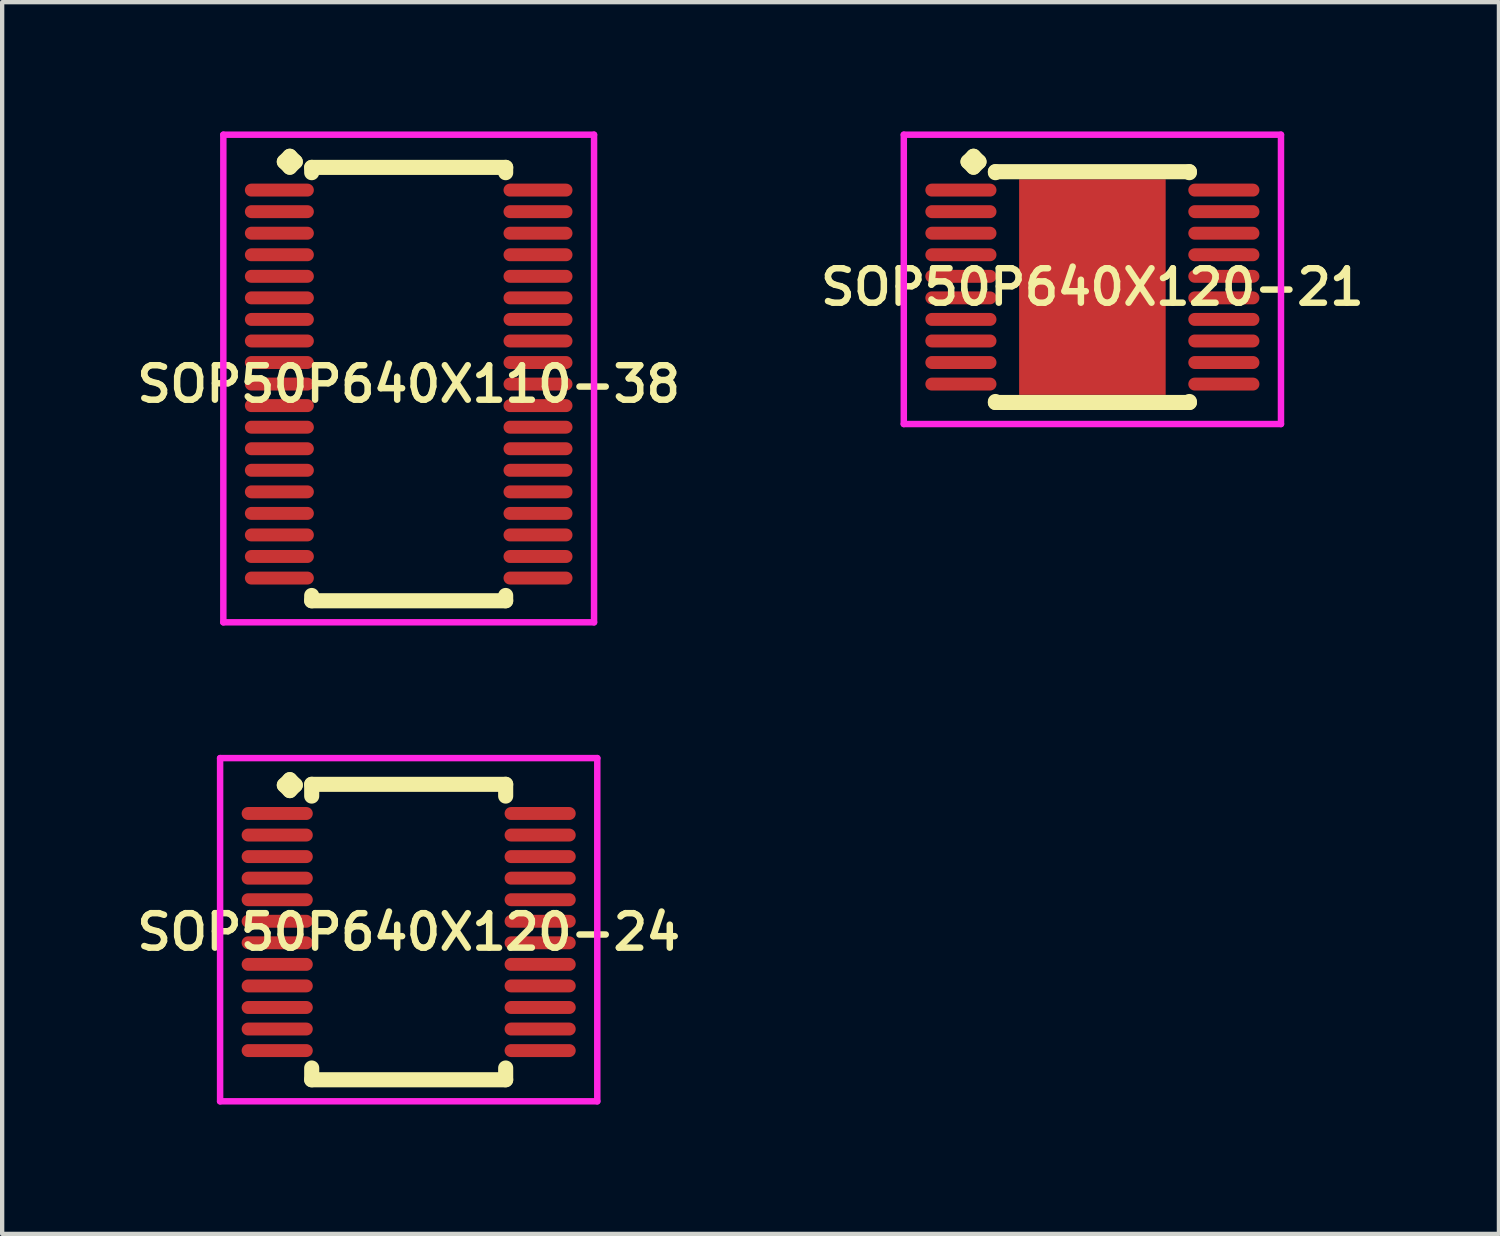
<source format=kicad_pcb>
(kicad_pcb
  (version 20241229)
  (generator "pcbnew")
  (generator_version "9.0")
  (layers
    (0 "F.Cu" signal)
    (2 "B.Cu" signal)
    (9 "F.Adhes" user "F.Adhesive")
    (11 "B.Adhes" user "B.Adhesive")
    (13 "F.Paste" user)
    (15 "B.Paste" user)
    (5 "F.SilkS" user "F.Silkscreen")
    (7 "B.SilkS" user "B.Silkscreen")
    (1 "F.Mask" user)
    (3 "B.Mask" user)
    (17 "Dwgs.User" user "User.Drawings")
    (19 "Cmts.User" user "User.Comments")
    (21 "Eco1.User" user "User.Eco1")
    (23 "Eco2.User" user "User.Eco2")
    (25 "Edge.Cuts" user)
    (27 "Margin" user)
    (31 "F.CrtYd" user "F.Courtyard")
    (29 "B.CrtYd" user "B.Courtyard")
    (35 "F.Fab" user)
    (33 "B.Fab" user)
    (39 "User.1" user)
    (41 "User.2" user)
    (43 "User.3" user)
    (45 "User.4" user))
  (footprint "SOP50P640X110-38"
    (layer "F.Cu")
    (at 6.431 5.86)
    (property "Reference" "SOP50P640X110-38" (at 0 0 0) (layer "F.SilkS") (effects (font (size 0.8 0.8) (thickness 0.15))))
    (attr smd)
    (fp_line (start -2.885 -5.158) (end -2.758 -5.285) (stroke (width 0.35) (type solid)) (layer "F.SilkS"))
    (fp_line (start -2.758 -5.285) (end -2.631 -5.158) (stroke (width 0.35) (type solid)) (layer "F.SilkS"))
    (fp_line (start -2.758 -5.031) (end -2.885 -5.158) (stroke (width 0.35) (type solid)) (layer "F.SilkS"))
    (fp_line (start -2.631 -5.158) (end -2.758 -5.031) (stroke (width 0.35) (type solid)) (layer "F.SilkS"))
    (fp_line (start -2.25 -5.027) (end 2.25 -5.027) (stroke (width 0.35) (type solid)) (layer "F.SilkS"))
    (fp_line (start -2.25 -4.904) (end -2.25 -5.027) (stroke (width 0.35) (type solid)) (layer "F.SilkS"))
    (fp_line (start -2.25 4.904) (end -2.25 5.027) (stroke (width 0.35) (type solid)) (layer "F.SilkS"))
    (fp_line (start -2.25 5.027) (end 2.25 5.027) (stroke (width 0.35) (type solid)) (layer "F.SilkS"))
    (fp_line (start 2.25 -5.027) (end 2.25 -4.904) (stroke (width 0.35) (type solid)) (layer "F.SilkS"))
    (fp_line (start 2.25 5.027) (end 2.25 4.904) (stroke (width 0.35) (type solid)) (layer "F.SilkS"))
    (fp_line (start -4.3 -5.785) (end 4.3 -5.785) (stroke (width 0.15) (type solid)) (layer "F.CrtYd"))
    (fp_line (start -4.3 5.527) (end -4.3 -5.785) (stroke (width 0.15) (type solid)) (layer "F.CrtYd"))
    (fp_line (start 4.3 -5.785) (end 4.3 5.527) (stroke (width 0.15) (type solid)) (layer "F.CrtYd"))
    (fp_line (start 4.3 5.527) (end -4.3 5.527) (stroke (width 0.15) (type solid)) (layer "F.CrtYd"))
    (pad "1" smd oval (at -3 -4.5) (size 1.6 0.3) (layers "F.Cu" "F.Mask" "F.Paste"))
    (pad "2" smd oval (at -3 -4) (size 1.6 0.3) (layers "F.Cu" "F.Mask" "F.Paste"))
    (pad "3" smd oval (at -3 -3.5) (size 1.6 0.3) (layers "F.Cu" "F.Mask" "F.Paste"))
    (pad "4" smd oval (at -3 -3) (size 1.6 0.3) (layers "F.Cu" "F.Mask" "F.Paste"))
    (pad "5" smd oval (at -3 -2.5) (size 1.6 0.3) (layers "F.Cu" "F.Mask" "F.Paste"))
    (pad "6" smd oval (at -3 -2) (size 1.6 0.3) (layers "F.Cu" "F.Mask" "F.Paste"))
    (pad "7" smd oval (at -3 -1.5) (size 1.6 0.3) (layers "F.Cu" "F.Mask" "F.Paste"))
    (pad "8" smd oval (at -3 -1) (size 1.6 0.3) (layers "F.Cu" "F.Mask" "F.Paste"))
    (pad "9" smd oval (at -3 -0.5) (size 1.6 0.3) (layers "F.Cu" "F.Mask" "F.Paste"))
    (pad "10" smd oval (at -3 0) (size 1.6 0.3) (layers "F.Cu" "F.Mask" "F.Paste"))
    (pad "11" smd oval (at -3 0.5) (size 1.6 0.3) (layers "F.Cu" "F.Mask" "F.Paste"))
    (pad "12" smd oval (at -3 1) (size 1.6 0.3) (layers "F.Cu" "F.Mask" "F.Paste"))
    (pad "13" smd oval (at -3 1.5) (size 1.6 0.3) (layers "F.Cu" "F.Mask" "F.Paste"))
    (pad "14" smd oval (at -3 2) (size 1.6 0.3) (layers "F.Cu" "F.Mask" "F.Paste"))
    (pad "15" smd oval (at -3 2.5) (size 1.6 0.3) (layers "F.Cu" "F.Mask" "F.Paste"))
    (pad "16" smd oval (at -3 3) (size 1.6 0.3) (layers "F.Cu" "F.Mask" "F.Paste"))
    (pad "17" smd oval (at -3 3.5) (size 1.6 0.3) (layers "F.Cu" "F.Mask" "F.Paste"))
    (pad "18" smd oval (at -3 4) (size 1.6 0.3) (layers "F.Cu" "F.Mask" "F.Paste"))
    (pad "19" smd oval (at -3 4.5) (size 1.6 0.3) (layers "F.Cu" "F.Mask" "F.Paste"))
    (pad "20" smd oval (at 3 4.5) (size 1.6 0.3) (layers "F.Cu" "F.Mask" "F.Paste"))
    (pad "21" smd oval (at 3 4) (size 1.6 0.3) (layers "F.Cu" "F.Mask" "F.Paste"))
    (pad "22" smd oval (at 3 3.5) (size 1.6 0.3) (layers "F.Cu" "F.Mask" "F.Paste"))
    (pad "23" smd oval (at 3 3) (size 1.6 0.3) (layers "F.Cu" "F.Mask" "F.Paste"))
    (pad "24" smd oval (at 3 2.5) (size 1.6 0.3) (layers "F.Cu" "F.Mask" "F.Paste"))
    (pad "25" smd oval (at 3 2) (size 1.6 0.3) (layers "F.Cu" "F.Mask" "F.Paste"))
    (pad "26" smd oval (at 3 1.5) (size 1.6 0.3) (layers "F.Cu" "F.Mask" "F.Paste"))
    (pad "27" smd oval (at 3 1) (size 1.6 0.3) (layers "F.Cu" "F.Mask" "F.Paste"))
    (pad "28" smd oval (at 3 0.5) (size 1.6 0.3) (layers "F.Cu" "F.Mask" "F.Paste"))
    (pad "29" smd oval (at 3 0) (size 1.6 0.3) (layers "F.Cu" "F.Mask" "F.Paste"))
    (pad "30" smd oval (at 3 -0.5) (size 1.6 0.3) (layers "F.Cu" "F.Mask" "F.Paste"))
    (pad "31" smd oval (at 3 -1) (size 1.6 0.3) (layers "F.Cu" "F.Mask" "F.Paste"))
    (pad "32" smd oval (at 3 -1.5) (size 1.6 0.3) (layers "F.Cu" "F.Mask" "F.Paste"))
    (pad "33" smd oval (at 3 -2) (size 1.6 0.3) (layers "F.Cu" "F.Mask" "F.Paste"))
    (pad "34" smd oval (at 3 -2.5) (size 1.6 0.3) (layers "F.Cu" "F.Mask" "F.Paste"))
    (pad "35" smd oval (at 3 -3) (size 1.6 0.3) (layers "F.Cu" "F.Mask" "F.Paste"))
    (pad "36" smd oval (at 3 -3.5) (size 1.6 0.3) (layers "F.Cu" "F.Mask" "F.Paste"))
    (pad "37" smd oval (at 3 -4) (size 1.6 0.3) (layers "F.Cu" "F.Mask" "F.Paste"))
    (pad "38" smd oval (at 3 -4.5) (size 1.6 0.3) (layers "F.Cu" "F.Mask" "F.Paste")))
  (footprint "SOP50P640X120-24"
    (layer "F.Cu")
    (at 6.431 18.572)
    (property "Reference" "SOP50P640X120-24" (at 0 0 0) (layer "F.SilkS") (effects (font (size 0.8 0.8) (thickness 0.15))))
    (attr smd)
    (fp_line (start -2.885 -3.408) (end -2.758 -3.535) (stroke (width 0.35) (type solid)) (layer "F.SilkS"))
    (fp_line (start -2.758 -3.535) (end -2.631 -3.408) (stroke (width 0.35) (type solid)) (layer "F.SilkS"))
    (fp_line (start -2.758 -3.281) (end -2.885 -3.408) (stroke (width 0.35) (type solid)) (layer "F.SilkS"))
    (fp_line (start -2.631 -3.408) (end -2.758 -3.281) (stroke (width 0.35) (type solid)) (layer "F.SilkS"))
    (fp_line (start -2.25 -3.427) (end 2.25 -3.427) (stroke (width 0.35) (type solid)) (layer "F.SilkS"))
    (fp_line (start -2.25 -3.154) (end -2.25 -3.427) (stroke (width 0.35) (type solid)) (layer "F.SilkS"))
    (fp_line (start -2.25 3.154) (end -2.25 3.427) (stroke (width 0.35) (type solid)) (layer "F.SilkS"))
    (fp_line (start -2.25 3.427) (end 2.25 3.427) (stroke (width 0.35) (type solid)) (layer "F.SilkS"))
    (fp_line (start 2.25 -3.427) (end 2.25 -3.154) (stroke (width 0.35) (type solid)) (layer "F.SilkS"))
    (fp_line (start 2.25 3.427) (end 2.25 3.154) (stroke (width 0.35) (type solid)) (layer "F.SilkS"))
    (fp_line (start -4.375 -4.035) (end 4.375 -4.035) (stroke (width 0.15) (type solid)) (layer "F.CrtYd"))
    (fp_line (start -4.375 3.927) (end -4.375 -4.035) (stroke (width 0.15) (type solid)) (layer "F.CrtYd"))
    (fp_line (start 4.375 -4.035) (end 4.375 3.927) (stroke (width 0.15) (type solid)) (layer "F.CrtYd"))
    (fp_line (start 4.375 3.927) (end -4.375 3.927) (stroke (width 0.15) (type solid)) (layer "F.CrtYd"))
    (pad "1" smd oval (at -3.05 -2.75) (size 1.65 0.3) (layers "F.Cu" "F.Mask" "F.Paste"))
    (pad "2" smd oval (at -3.05 -2.25) (size 1.65 0.3) (layers "F.Cu" "F.Mask" "F.Paste"))
    (pad "3" smd oval (at -3.05 -1.75) (size 1.65 0.3) (layers "F.Cu" "F.Mask" "F.Paste"))
    (pad "4" smd oval (at -3.05 -1.25) (size 1.65 0.3) (layers "F.Cu" "F.Mask" "F.Paste"))
    (pad "5" smd oval (at -3.05 -0.75) (size 1.65 0.3) (layers "F.Cu" "F.Mask" "F.Paste"))
    (pad "6" smd oval (at -3.05 -0.25) (size 1.65 0.3) (layers "F.Cu" "F.Mask" "F.Paste"))
    (pad "7" smd oval (at -3.05 0.25) (size 1.65 0.3) (layers "F.Cu" "F.Mask" "F.Paste"))
    (pad "8" smd oval (at -3.05 0.75) (size 1.65 0.3) (layers "F.Cu" "F.Mask" "F.Paste"))
    (pad "9" smd oval (at -3.05 1.25) (size 1.65 0.3) (layers "F.Cu" "F.Mask" "F.Paste"))
    (pad "10" smd oval (at -3.05 1.75) (size 1.65 0.3) (layers "F.Cu" "F.Mask" "F.Paste"))
    (pad "11" smd oval (at -3.05 2.25) (size 1.65 0.3) (layers "F.Cu" "F.Mask" "F.Paste"))
    (pad "12" smd oval (at -3.05 2.75) (size 1.65 0.3) (layers "F.Cu" "F.Mask" "F.Paste"))
    (pad "13" smd oval (at 3.05 2.75) (size 1.65 0.3) (layers "F.Cu" "F.Mask" "F.Paste"))
    (pad "14" smd oval (at 3.05 2.25) (size 1.65 0.3) (layers "F.Cu" "F.Mask" "F.Paste"))
    (pad "15" smd oval (at 3.05 1.75) (size 1.65 0.3) (layers "F.Cu" "F.Mask" "F.Paste"))
    (pad "16" smd oval (at 3.05 1.25) (size 1.65 0.3) (layers "F.Cu" "F.Mask" "F.Paste"))
    (pad "17" smd oval (at 3.05 0.75) (size 1.65 0.3) (layers "F.Cu" "F.Mask" "F.Paste"))
    (pad "18" smd oval (at 3.05 0.25) (size 1.65 0.3) (layers "F.Cu" "F.Mask" "F.Paste"))
    (pad "19" smd oval (at 3.05 -0.25) (size 1.65 0.3) (layers "F.Cu" "F.Mask" "F.Paste"))
    (pad "20" smd oval (at 3.05 -0.75) (size 1.65 0.3) (layers "F.Cu" "F.Mask" "F.Paste"))
    (pad "21" smd oval (at 3.05 -1.25) (size 1.65 0.3) (layers "F.Cu" "F.Mask" "F.Paste"))
    (pad "22" smd oval (at 3.05 -1.75) (size 1.65 0.3) (layers "F.Cu" "F.Mask" "F.Paste"))
    (pad "23" smd oval (at 3.05 -2.25) (size 1.65 0.3) (layers "F.Cu" "F.Mask" "F.Paste"))
    (pad "24" smd oval (at 3.05 -2.75) (size 1.65 0.3) (layers "F.Cu" "F.Mask" "F.Paste")))
  (footprint "SOP50P640X120-21"
    (layer "F.Cu")
    (at 22.292 3.61)
    (property "Reference" "SOP50P640X120-21" (at 0 0 0) (layer "F.SilkS") (effects (font (size 0.8 0.8) (thickness 0.15))))
    (attr smd)
    (fp_line (start -2.885 -2.908) (end -2.758 -3.035) (stroke (width 0.35) (type solid)) (layer "F.SilkS"))
    (fp_line (start -2.758 -3.035) (end -2.631 -2.908) (stroke (width 0.35) (type solid)) (layer "F.SilkS"))
    (fp_line (start -2.758 -2.781) (end -2.885 -2.908) (stroke (width 0.35) (type solid)) (layer "F.SilkS"))
    (fp_line (start -2.631 -2.908) (end -2.758 -2.781) (stroke (width 0.35) (type solid)) (layer "F.SilkS"))
    (fp_line (start -2.25 -2.677) (end 2.25 -2.677) (stroke (width 0.35) (type solid)) (layer "F.SilkS"))
    (fp_line (start -2.25 -2.654) (end -2.25 -2.677) (stroke (width 0.35) (type solid)) (layer "F.SilkS"))
    (fp_line (start -2.25 2.654) (end -2.25 2.677) (stroke (width 0.35) (type solid)) (layer "F.SilkS"))
    (fp_line (start -2.25 2.677) (end 2.25 2.677) (stroke (width 0.35) (type solid)) (layer "F.SilkS"))
    (fp_line (start 2.25 -2.677) (end 2.25 -2.654) (stroke (width 0.35) (type solid)) (layer "F.SilkS"))
    (fp_line (start 2.25 2.677) (end 2.25 2.654) (stroke (width 0.35) (type solid)) (layer "F.SilkS"))
    (fp_line (start -4.375 -3.535) (end 4.375 -3.535) (stroke (width 0.15) (type solid)) (layer "F.CrtYd"))
    (fp_line (start -4.375 3.177) (end -4.375 -3.535) (stroke (width 0.15) (type solid)) (layer "F.CrtYd"))
    (fp_line (start 4.375 -3.535) (end 4.375 3.177) (stroke (width 0.15) (type solid)) (layer "F.CrtYd"))
    (fp_line (start 4.375 3.177) (end -4.375 3.177) (stroke (width 0.15) (type solid)) (layer "F.CrtYd"))
    (pad "1" smd oval (at -3.05 -2.25) (size 1.65 0.3) (layers "F.Cu" "F.Mask" "F.Paste"))
    (pad "2" smd oval (at -3.05 -1.75) (size 1.65 0.3) (layers "F.Cu" "F.Mask" "F.Paste"))
    (pad "3" smd oval (at -3.05 -1.25) (size 1.65 0.3) (layers "F.Cu" "F.Mask" "F.Paste"))
    (pad "4" smd oval (at -3.05 -0.75) (size 1.65 0.3) (layers "F.Cu" "F.Mask" "F.Paste"))
    (pad "5" smd oval (at -3.05 -0.25) (size 1.65 0.3) (layers "F.Cu" "F.Mask" "F.Paste"))
    (pad "6" smd oval (at -3.05 0.25) (size 1.65 0.3) (layers "F.Cu" "F.Mask" "F.Paste"))
    (pad "7" smd oval (at -3.05 0.75) (size 1.65 0.3) (layers "F.Cu" "F.Mask" "F.Paste"))
    (pad "8" smd oval (at -3.05 1.25) (size 1.65 0.3) (layers "F.Cu" "F.Mask" "F.Paste"))
    (pad "9" smd oval (at -3.05 1.75) (size 1.65 0.3) (layers "F.Cu" "F.Mask" "F.Paste"))
    (pad "10" smd oval (at -3.05 2.25) (size 1.65 0.3) (layers "F.Cu" "F.Mask" "F.Paste"))
    (pad "11" smd oval (at 3.05 2.25) (size 1.65 0.3) (layers "F.Cu" "F.Mask" "F.Paste"))
    (pad "12" smd oval (at 3.05 1.75) (size 1.65 0.3) (layers "F.Cu" "F.Mask" "F.Paste"))
    (pad "13" smd oval (at 3.05 1.25) (size 1.65 0.3) (layers "F.Cu" "F.Mask" "F.Paste"))
    (pad "14" smd oval (at 3.05 0.75) (size 1.65 0.3) (layers "F.Cu" "F.Mask" "F.Paste"))
    (pad "15" smd oval (at 3.05 0.25) (size 1.65 0.3) (layers "F.Cu" "F.Mask" "F.Paste"))
    (pad "16" smd oval (at 3.05 -0.25) (size 1.65 0.3) (layers "F.Cu" "F.Mask" "F.Paste"))
    (pad "17" smd oval (at 3.05 -0.75) (size 1.65 0.3) (layers "F.Cu" "F.Mask" "F.Paste"))
    (pad "18" smd oval (at 3.05 -1.25) (size 1.65 0.3) (layers "F.Cu" "F.Mask" "F.Paste"))
    (pad "19" smd oval (at 3.05 -1.75) (size 1.65 0.3) (layers "F.Cu" "F.Mask" "F.Paste"))
    (pad "20" smd oval (at 3.05 -2.25) (size 1.65 0.3) (layers "F.Cu" "F.Mask" "F.Paste"))
    (pad "21" smd rect (at 0 0) (size 3.4 5) (layers "F.Cu" "F.Mask" "F.Paste")))
  (gr_rect
    (start -3 -3)
    (end 31.723 25.574)
    (stroke (width 0.1) (type default))
    (fill no)
    (layer "Edge.Cuts")))
</source>
